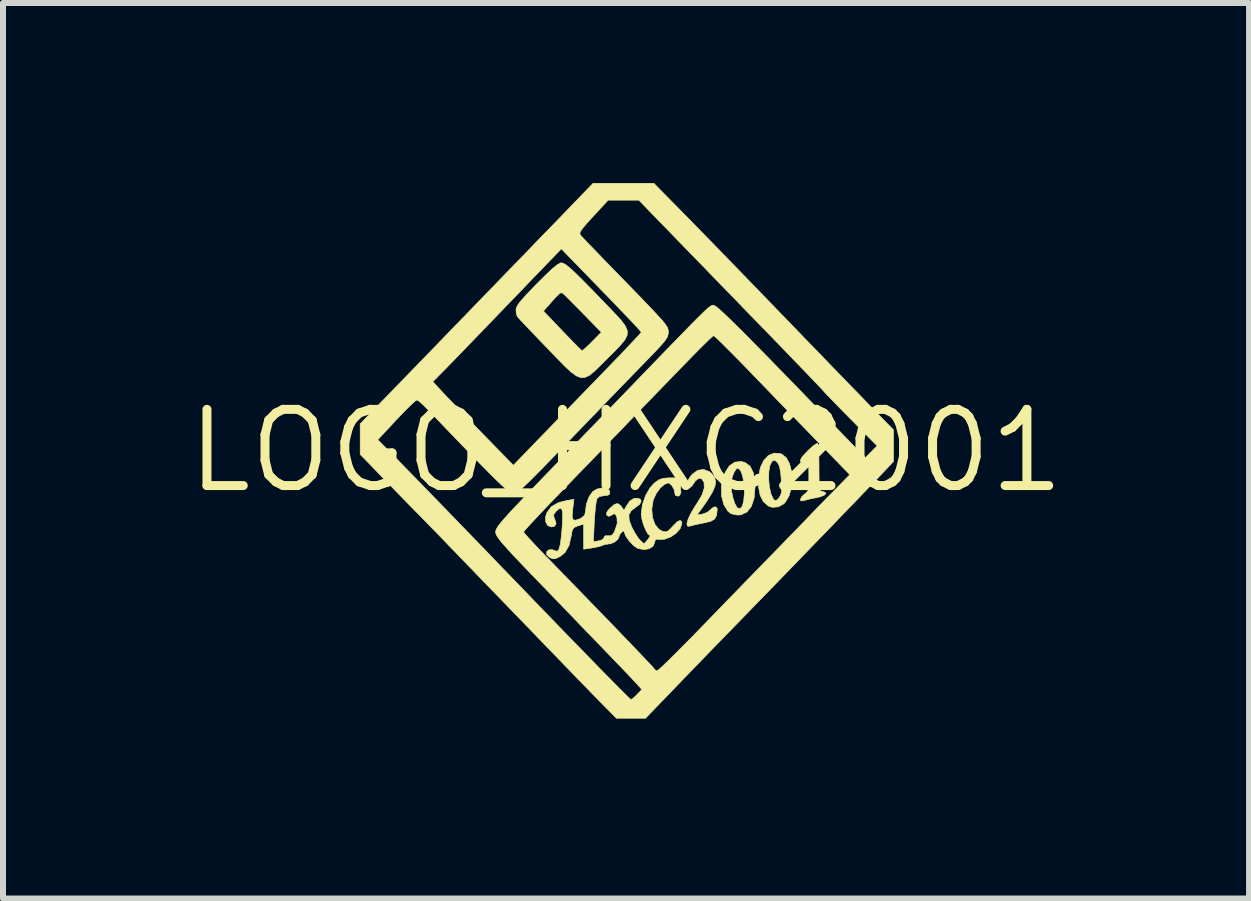
<source format=kicad_pcb>
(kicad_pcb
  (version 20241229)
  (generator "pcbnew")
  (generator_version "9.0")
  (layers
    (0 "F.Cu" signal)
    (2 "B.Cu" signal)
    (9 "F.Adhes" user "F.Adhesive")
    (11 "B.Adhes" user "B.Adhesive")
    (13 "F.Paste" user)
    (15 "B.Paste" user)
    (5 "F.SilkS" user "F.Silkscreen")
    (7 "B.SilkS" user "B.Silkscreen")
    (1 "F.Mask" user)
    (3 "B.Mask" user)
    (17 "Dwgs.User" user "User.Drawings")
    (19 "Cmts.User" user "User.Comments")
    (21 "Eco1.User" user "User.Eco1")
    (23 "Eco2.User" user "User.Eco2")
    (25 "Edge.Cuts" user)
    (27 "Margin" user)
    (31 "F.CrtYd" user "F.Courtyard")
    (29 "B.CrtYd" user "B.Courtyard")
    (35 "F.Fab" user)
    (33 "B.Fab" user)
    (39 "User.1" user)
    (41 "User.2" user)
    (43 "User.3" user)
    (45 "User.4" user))
  (footprint "LOGO_HXC2001"
    (layer "F.Cu")
    (at 7.385 4.464)
    (property "Reference" "LOGO_HXC2001" (at 0 0 0) (layer "F.SilkS") (effects (font (size 1.27 1.27) (thickness 0.15))))
    (attr through_hole)
    (fp_poly (pts (xy 1.983 0.195) (xy 2.066 0.255) (xy 2.121 0.361) (xy 2.148 0.516) (xy 2.151 0.607) (xy 2.136 0.788) (xy 2.09 0.926) (xy 2.016 1.021) (xy 1.916 1.067) (xy 1.863 1.072) (xy 1.757 1.051) (xy 1.7 1.009) (xy 1.631 0.898) (xy 1.593 0.754) (xy 1.59 0.595) (xy 1.595 0.565) (xy 1.75 0.565) (xy 1.759 0.67) (xy 1.781 0.78) (xy 1.813 0.878) (xy 1.848 0.943) (xy 1.858 0.953) (xy 1.903 0.965) (xy 1.938 0.925) (xy 1.962 0.84) (xy 1.973 0.713) (xy 1.973 0.677) (xy 1.965 0.537) (xy 1.943 0.418) (xy 1.911 0.331) (xy 1.871 0.289) (xy 1.869 0.289) (xy 1.836 0.304) (xy 1.801 0.36) (xy 1.771 0.438) (xy 1.752 0.524) (xy 1.75 0.565) (xy 1.595 0.565) (xy 1.602 0.521) (xy 1.651 0.364) (xy 1.723 0.252) (xy 1.813 0.19) (xy 1.919 0.178) (xy 1.983 0.195)) (stroke (width 0.01) (type solid)) (fill yes) (layer "F.SilkS"))
    (fp_poly (pts (xy 2.573 0.048) (xy 2.596 0.056) (xy 2.672 0.116) (xy 2.726 0.216) (xy 2.759 0.342) (xy 2.768 0.482) (xy 2.755 0.623) (xy 2.718 0.752) (xy 2.657 0.856) (xy 2.63 0.884) (xy 2.54 0.934) (xy 2.441 0.943) (xy 2.377 0.923) (xy 2.291 0.85) (xy 2.236 0.742) (xy 2.209 0.598) (xy 2.21 0.474) (xy 2.378 0.474) (xy 2.39 0.602) (xy 2.416 0.717) (xy 2.455 0.803) (xy 2.463 0.814) (xy 2.492 0.834) (xy 2.526 0.812) (xy 2.549 0.786) (xy 2.576 0.745) (xy 2.591 0.695) (xy 2.595 0.62) (xy 2.59 0.507) (xy 2.589 0.485) (xy 2.576 0.348) (xy 2.557 0.256) (xy 2.528 0.2) (xy 2.524 0.195) (xy 2.482 0.158) (xy 2.45 0.164) (xy 2.432 0.18) (xy 2.398 0.247) (xy 2.381 0.35) (xy 2.378 0.474) (xy 2.21 0.474) (xy 2.21 0.427) (xy 2.24 0.28) (xy 2.296 0.162) (xy 2.373 0.079) (xy 2.467 0.039) (xy 2.573 0.048)) (stroke (width 0.01) (type solid)) (fill yes) (layer "F.SilkS"))
    (fp_poly (pts (xy 3.196 -0.123) (xy 3.203 -0.091) (xy 3.21 -0.014) (xy 3.215 0.099) (xy 3.217 0.236) (xy 3.217 0.284) (xy 3.218 0.44) (xy 3.22 0.548) (xy 3.225 0.617) (xy 3.234 0.656) (xy 3.249 0.673) (xy 3.27 0.677) (xy 3.274 0.677) (xy 3.32 0.693) (xy 3.33 0.715) (xy 3.303 0.742) (xy 3.229 0.769) (xy 3.168 0.783) (xy 3.07 0.803) (xy 2.99 0.823) (xy 2.956 0.833) (xy 2.915 0.835) (xy 2.907 0.811) (xy 2.929 0.766) (xy 2.977 0.722) (xy 3.01 0.697) (xy 3.031 0.667) (xy 3.042 0.618) (xy 3.047 0.538) (xy 3.048 0.415) (xy 3.048 0.408) (xy 3.047 0.284) (xy 3.044 0.207) (xy 3.036 0.168) (xy 3.021 0.158) (xy 2.997 0.167) (xy 2.993 0.168) (xy 2.935 0.194) (xy 2.911 0.186) (xy 2.907 0.157) (xy 2.925 0.119) (xy 2.973 0.061) (xy 3.036 -0.005) (xy 3.102 -0.066) (xy 3.159 -0.109) (xy 3.194 -0.124) (xy 3.196 -0.123)) (stroke (width 0.01) (type solid)) (fill yes) (layer "F.SilkS"))
    (fp_poly (pts (xy 1.389 0.348) (xy 1.427 0.38) (xy 1.475 0.442) (xy 1.495 0.51) (xy 1.483 0.592) (xy 1.439 0.693) (xy 1.359 0.823) (xy 1.276 0.943) (xy 1.183 1.071) (xy 1.276 1.055) (xy 1.353 1.027) (xy 1.407 0.985) (xy 1.407 0.984) (xy 1.456 0.941) (xy 1.499 0.935) (xy 1.521 0.967) (xy 1.521 0.981) (xy 1.509 1.079) (xy 1.476 1.139) (xy 1.411 1.176) (xy 1.311 1.2) (xy 1.209 1.221) (xy 1.121 1.241) (xy 1.079 1.253) (xy 1.031 1.26) (xy 1.016 1.23) (xy 1.016 1.216) (xy 1.033 1.148) (xy 1.078 1.049) (xy 1.146 0.934) (xy 1.189 0.869) (xy 1.267 0.737) (xy 1.305 0.62) (xy 1.3 0.526) (xy 1.299 0.523) (xy 1.259 0.465) (xy 1.208 0.459) (xy 1.154 0.506) (xy 1.135 0.536) (xy 1.093 0.593) (xy 1.055 0.62) (xy 1.051 0.621) (xy 1.02 0.6) (xy 1.018 0.548) (xy 1.042 0.479) (xy 1.088 0.409) (xy 1.098 0.398) (xy 1.193 0.327) (xy 1.293 0.311) (xy 1.389 0.348)) (stroke (width 0.01) (type solid)) (fill yes) (layer "F.SilkS"))
    (fp_poly (pts (xy -1.051 -3.127) (xy -1.013 -3.107) (xy -0.962 -3.069) (xy -0.893 -3.009) (xy -0.803 -2.923) (xy -0.688 -2.808) (xy -0.543 -2.66) (xy -0.365 -2.475) (xy -0.328 -2.437) (xy -0.184 -2.287) (xy -0.078 -2.171) (xy -0.009 -2.077) (xy 0.023 -1.998) (xy 0.019 -1.924) (xy -0.022 -1.845) (xy -0.098 -1.753) (xy -0.211 -1.637) (xy -0.304 -1.545) (xy -0.428 -1.421) (xy -0.527 -1.325) (xy -0.609 -1.258) (xy -0.682 -1.223) (xy -0.752 -1.219) (xy -0.827 -1.248) (xy -0.914 -1.311) (xy -1.021 -1.41) (xy -1.154 -1.546) (xy -1.312 -1.711) (xy -1.446 -1.85) (xy -1.568 -1.977) (xy -1.671 -2.085) (xy -1.75 -2.169) (xy -1.799 -2.223) (xy -1.813 -2.24) (xy -1.829 -2.291) (xy -1.832 -2.329) (xy -1.376 -2.329) (xy -1.062 -1.999) (xy -0.955 -1.888) (xy -0.862 -1.792) (xy -0.79 -1.719) (xy -0.744 -1.676) (xy -0.733 -1.667) (xy -0.707 -1.685) (xy -0.653 -1.733) (xy -0.581 -1.803) (xy -0.564 -1.821) (xy -0.411 -1.976) (xy -0.692 -2.264) (xy -0.798 -2.372) (xy -0.895 -2.469) (xy -0.972 -2.547) (xy -1.022 -2.596) (xy -1.03 -2.604) (xy -1.059 -2.629) (xy -1.086 -2.633) (xy -1.12 -2.611) (xy -1.173 -2.558) (xy -1.231 -2.493) (xy -1.376 -2.329) (xy -1.832 -2.329) (xy -1.834 -2.35) (xy -1.826 -2.388) (xy -1.799 -2.437) (xy -1.748 -2.504) (xy -1.667 -2.594) (xy -1.553 -2.715) (xy -1.489 -2.78) (xy -1.341 -2.928) (xy -1.228 -3.034) (xy -1.146 -3.101) (xy -1.092 -3.131) (xy -1.08 -3.133) (xy -1.051 -3.127)) (stroke (width 0.01) (type solid)) (fill yes) (layer "F.SilkS"))
    (fp_poly (pts (xy 0.908 0.55) (xy 0.912 0.632) (xy 0.915 0.696) (xy 0.915 0.698) (xy 0.894 0.744) (xy 0.868 0.757) (xy 0.826 0.746) (xy 0.818 0.723) (xy 0.803 0.648) (xy 0.766 0.58) (xy 0.72 0.54) (xy 0.703 0.536) (xy 0.639 0.561) (xy 0.568 0.624) (xy 0.503 0.714) (xy 0.457 0.814) (xy 0.452 0.831) (xy 0.43 0.974) (xy 0.441 1.11) (xy 0.482 1.226) (xy 0.549 1.309) (xy 0.603 1.34) (xy 0.656 1.353) (xy 0.697 1.341) (xy 0.746 1.296) (xy 0.776 1.263) (xy 0.85 1.187) (xy 0.902 1.16) (xy 0.928 1.182) (xy 0.931 1.211) (xy 0.906 1.293) (xy 0.84 1.371) (xy 0.748 1.435) (xy 0.646 1.474) (xy 0.549 1.479) (xy 0.537 1.476) (xy 0.492 1.477) (xy 0.48 1.517) (xy 0.455 1.586) (xy 0.392 1.631) (xy 0.305 1.648) (xy 0.209 1.631) (xy 0.185 1.621) (xy 0.119 1.574) (xy 0.052 1.502) (xy -0.002 1.425) (xy -0.028 1.36) (xy -0.028 1.352) (xy -0.041 1.336) (xy -0.071 1.355) (xy -0.106 1.4) (xy -0.113 1.424) (xy -0.137 1.477) (xy -0.194 1.525) (xy -0.263 1.551) (xy -0.279 1.552) (xy -0.353 1.563) (xy -0.39 1.577) (xy -0.446 1.596) (xy -0.531 1.614) (xy -0.572 1.621) (xy -0.706 1.64) (xy -0.706 1.222) (xy -0.801 1.252) (xy -0.86 1.276) (xy -0.891 1.312) (xy -0.908 1.378) (xy -0.912 1.415) (xy -0.95 1.579) (xy -1.018 1.698) (xy -1.1 1.763) (xy -1.171 1.796) (xy -1.218 1.802) (xy -1.266 1.782) (xy -1.277 1.776) (xy -1.322 1.73) (xy -1.323 1.685) (xy -1.289 1.653) (xy -1.231 1.648) (xy -1.19 1.663) (xy -1.149 1.676) (xy -1.124 1.654) (xy -1.105 1.601) (xy -1.091 1.533) (xy -1.078 1.426) (xy -1.066 1.299) (xy -1.062 1.235) (xy -1.056 1.093) (xy -1.061 1.002) (xy -1.079 0.96) (xy -1.11 0.961) (xy -1.158 1.002) (xy -1.171 1.016) (xy -1.206 1.067) (xy -1.198 1.117) (xy -1.187 1.141) (xy -1.165 1.213) (xy -1.191 1.258) (xy -1.244 1.27) (xy -1.305 1.246) (xy -1.338 1.186) (xy -1.341 1.102) (xy -1.318 1.031) (xy -1.244 0.932) (xy -1.127 0.865) (xy -0.987 0.829) (xy -0.868 0.81) (xy -0.889 0.984) (xy -0.897 1.088) (xy -0.886 1.145) (xy -0.85 1.159) (xy -0.782 1.139) (xy -0.749 1.124) (xy -0.69 1.075) (xy -0.677 1.019) (xy -0.66 0.887) (xy -0.615 0.766) (xy -0.554 0.68) (xy -0.486 0.639) (xy -0.406 0.622) (xy -0.332 0.628) (xy -0.281 0.656) (xy -0.268 0.691) (xy -0.28 0.731) (xy -0.325 0.747) (xy -0.362 0.748) (xy -0.446 0.764) (xy -0.483 0.797) (xy -0.495 0.844) (xy -0.508 0.934) (xy -0.519 1.054) (xy -0.528 1.181) (xy -0.544 1.515) (xy -0.456 1.502) (xy -0.389 1.48) (xy -0.367 1.447) (xy -0.348 1.417) (xy -0.299 1.417) (xy -0.248 1.416) (xy -0.21 1.379) (xy -0.187 1.335) (xy -0.146 1.212) (xy -0.151 1.11) (xy -0.168 1.074) (xy -0.195 1.048) (xy -0.233 1.067) (xy -0.239 1.072) (xy -0.285 1.094) (xy -0.317 1.077) (xy -0.328 1.044) (xy -0.301 0.996) (xy -0.268 0.96) (xy -0.196 0.896) (xy -0.142 0.879) (xy -0.094 0.909) (xy -0.075 0.934) (xy -0.033 0.993) (xy 0.002 0.928) (xy 0.062 0.84) (xy 0.127 0.797) (xy 0.181 0.79) (xy 0.239 0.806) (xy 0.253 0.844) (xy 0.225 0.895) (xy 0.169 0.937) (xy 0.086 0.999) (xy 0.048 1.07) (xy 0.054 1.16) (xy 0.098 1.276) (xy 0.15 1.371) (xy 0.203 1.454) (xy 0.236 1.493) (xy 0.3 1.552) (xy 0.362 1.482) (xy 0.396 1.435) (xy 0.4 1.412) (xy 0.397 1.411) (xy 0.365 1.386) (xy 0.329 1.322) (xy 0.293 1.236) (xy 0.266 1.143) (xy 0.254 1.06) (xy 0.254 1.05) (xy 0.273 0.901) (xy 0.325 0.749) (xy 0.401 0.617) (xy 0.474 0.537) (xy 0.545 0.486) (xy 0.613 0.46) (xy 0.705 0.452) (xy 0.74 0.452) (xy 0.903 0.452) (xy 0.908 0.55)) (stroke (width 0.01) (type solid)) (fill yes) (layer "F.SilkS"))
    (fp_poly (pts (xy 0.874 -4.042) (xy 1.002 -3.911) (xy 1.135 -3.775) (xy 1.276 -3.631) (xy 1.429 -3.475) (xy 1.596 -3.303) (xy 1.782 -3.111) (xy 1.991 -2.896) (xy 2.226 -2.653) (xy 2.49 -2.38) (xy 2.788 -2.072) (xy 2.977 -1.876) (xy 3.167 -1.68) (xy 3.359 -1.481) (xy 3.546 -1.288) (xy 3.722 -1.106) (xy 3.88 -0.944) (xy 4.012 -0.807) (xy 4.113 -0.704) (xy 4.113 -0.703) (xy 4.459 -0.348) (xy 4.459 0.179) (xy 4.284 0.364) (xy 4.211 0.441) (xy 4.103 0.554) (xy 3.966 0.696) (xy 3.805 0.864) (xy 3.623 1.052) (xy 3.427 1.256) (xy 3.221 1.469) (xy 3.01 1.687) (xy 2.799 1.905) (xy 2.593 2.118) (xy 2.397 2.32) (xy 2.215 2.507) (xy 2.053 2.674) (xy 1.963 2.766) (xy 1.795 2.939) (xy 1.601 3.139) (xy 1.393 3.352) (xy 1.186 3.567) (xy 0.991 3.768) (xy 0.889 3.874) (xy 0.325 4.459) (xy -0.16 4.459) (xy -0.431 4.184) (xy -0.555 4.058) (xy -0.687 3.922) (xy -0.812 3.794) (xy -0.905 3.697) (xy -0.971 3.629) (xy -1.07 3.526) (xy -1.198 3.394) (xy -1.347 3.24) (xy -1.512 3.069) (xy -1.688 2.887) (xy -1.869 2.7) (xy -1.887 2.681) (xy -2.072 2.49) (xy -2.257 2.299) (xy -2.435 2.115) (xy -2.599 1.945) (xy -2.744 1.796) (xy -2.862 1.673) (xy -2.948 1.584) (xy -2.949 1.583) (xy -3.07 1.457) (xy -3.197 1.327) (xy -3.315 1.206) (xy -3.409 1.11) (xy -3.415 1.103) (xy -3.493 1.024) (xy -3.601 0.914) (xy -3.728 0.784) (xy -3.866 0.642) (xy -4.005 0.5) (xy -4.015 0.489) (xy -4.431 0.06) (xy -4.431 -0.183) (xy -4.138 -0.183) (xy -3.967 -0.012) (xy -3.904 0.052) (xy -3.806 0.152) (xy -3.679 0.283) (xy -3.526 0.439) (xy -3.353 0.617) (xy -3.165 0.811) (xy -2.966 1.016) (xy -2.761 1.228) (xy -2.555 1.441) (xy -2.352 1.65) (xy -2.158 1.852) (xy -1.976 2.04) (xy -1.834 2.187) (xy -1.55 2.482) (xy -1.281 2.76) (xy -1.029 3.021) (xy -0.797 3.26) (xy -0.586 3.476) (xy -0.4 3.667) (xy -0.24 3.829) (xy -0.11 3.961) (xy -0.011 4.06) (xy 0.054 4.123) (xy 0.083 4.148) (xy 0.084 4.149) (xy 0.113 4.13) (xy 0.164 4.084) (xy 0.183 4.064) (xy 0.265 3.979) (xy 0.182 3.888) (xy 0.145 3.847) (xy 0.089 3.788) (xy 0.011 3.706) (xy -0.089 3.601) (xy -0.216 3.469) (xy -0.37 3.309) (xy -0.554 3.119) (xy -0.77 2.895) (xy -1.02 2.635) (xy -1.307 2.338) (xy -1.39 2.252) (xy -1.589 2.046) (xy -1.752 1.876) (xy -1.882 1.739) (xy -1.982 1.629) (xy -2.058 1.544) (xy -2.111 1.479) (xy -2.145 1.43) (xy -2.165 1.393) (xy -2.173 1.365) (xy -2.173 1.354) (xy -2.173 1.353) (xy -1.707 1.353) (xy -1.689 1.38) (xy -1.636 1.44) (xy -1.555 1.528) (xy -1.453 1.637) (xy -1.334 1.761) (xy -1.298 1.797) (xy -0.983 2.121) (xy -0.695 2.418) (xy -0.435 2.686) (xy -0.204 2.924) (xy -0.005 3.131) (xy 0.162 3.305) (xy 0.294 3.444) (xy 0.392 3.548) (xy 0.453 3.614) (xy 0.475 3.642) (xy 0.475 3.642) (xy 0.507 3.667) (xy 0.519 3.669) (xy 0.546 3.649) (xy 0.607 3.593) (xy 0.699 3.506) (xy 0.815 3.391) (xy 0.951 3.254) (xy 1.104 3.1) (xy 1.257 2.942) (xy 1.447 2.746) (xy 1.649 2.537) (xy 1.854 2.327) (xy 2.051 2.124) (xy 2.232 1.938) (xy 2.387 1.779) (xy 2.441 1.724) (xy 2.58 1.581) (xy 2.71 1.447) (xy 2.825 1.329) (xy 2.918 1.233) (xy 2.983 1.166) (xy 3.006 1.142) (xy 3.055 1.091) (xy 3.134 1.008) (xy 3.235 0.905) (xy 3.348 0.789) (xy 3.411 0.725) (xy 3.731 0.398) (xy 3.383 0.04) (xy 3.194 -0.154) (xy 3.037 -0.315) (xy 2.903 -0.453) (xy 2.783 -0.576) (xy 2.67 -0.694) (xy 2.554 -0.813) (xy 2.428 -0.943) (xy 2.284 -1.093) (xy 2.112 -1.27) (xy 2.076 -1.308) (xy 1.928 -1.461) (xy 1.791 -1.6) (xy 1.671 -1.72) (xy 1.574 -1.816) (xy 1.504 -1.883) (xy 1.466 -1.916) (xy 1.461 -1.919) (xy 1.435 -1.9) (xy 1.376 -1.846) (xy 1.291 -1.763) (xy 1.186 -1.658) (xy 1.067 -1.537) (xy 1.05 -1.519) (xy 0.917 -1.382) (xy 0.784 -1.245) (xy 0.662 -1.119) (xy 0.56 -1.014) (xy 0.494 -0.946) (xy 0.415 -0.864) (xy 0.308 -0.754) (xy 0.185 -0.626) (xy 0.056 -0.493) (xy -0.014 -0.42) (xy -0.119 -0.311) (xy -0.256 -0.17) (xy -0.415 -0.005) (xy -0.59 0.176) (xy -0.773 0.364) (xy -0.954 0.552) (xy -1.03 0.63) (xy -1.189 0.795) (xy -1.335 0.947) (xy -1.463 1.082) (xy -1.568 1.195) (xy -1.647 1.281) (xy -1.695 1.336) (xy -1.707 1.353) (xy -2.173 1.353) (xy -2.169 1.328) (xy -2.155 1.295) (xy -2.127 1.251) (xy -2.081 1.193) (xy -2.015 1.116) (xy -1.925 1.016) (xy -1.806 0.89) (xy -1.656 0.732) (xy -1.471 0.54) (xy -1.405 0.471) (xy -1.197 0.256) (xy -0.961 0.012) (xy -0.709 -0.25) (xy -0.451 -0.517) (xy -0.198 -0.778) (xy 0.038 -1.022) (xy 0.181 -1.171) (xy 0.43 -1.428) (xy 0.642 -1.648) (xy 0.821 -1.832) (xy 0.97 -1.985) (xy 1.091 -2.11) (xy 1.189 -2.208) (xy 1.266 -2.284) (xy 1.324 -2.34) (xy 1.368 -2.379) (xy 1.4 -2.404) (xy 1.423 -2.419) (xy 1.439 -2.425) (xy 1.453 -2.427) (xy 1.456 -2.427) (xy 1.476 -2.419) (xy 1.512 -2.395) (xy 1.564 -2.351) (xy 1.636 -2.286) (xy 1.728 -2.197) (xy 1.845 -2.083) (xy 1.987 -1.942) (xy 2.156 -1.77) (xy 2.356 -1.567) (xy 2.588 -1.329) (xy 2.854 -1.056) (xy 3.156 -0.744) (xy 3.215 -0.683) (xy 3.989 0.117) (xy 4.187 -0.082) (xy 3.754 -0.52) (xy 3.626 -0.649) (xy 3.512 -0.766) (xy 3.417 -0.864) (xy 3.347 -0.936) (xy 3.309 -0.977) (xy 3.304 -0.983) (xy 3.281 -1.009) (xy 3.222 -1.073) (xy 3.125 -1.174) (xy 2.991 -1.314) (xy 2.819 -1.492) (xy 2.61 -1.709) (xy 2.362 -1.965) (xy 2.075 -2.26) (xy 1.75 -2.596) (xy 1.385 -2.971) (xy 1.34 -3.018) (xy 1.179 -3.184) (xy 1.012 -3.355) (xy 0.85 -3.522) (xy 0.702 -3.675) (xy 0.577 -3.804) (xy 0.509 -3.873) (xy 0.215 -4.177) (xy -0.299 -4.177) (xy -0.547 -3.908) (xy -0.649 -3.796) (xy -0.717 -3.717) (xy -0.755 -3.664) (xy -0.769 -3.628) (xy -0.764 -3.602) (xy -0.758 -3.593) (xy -0.729 -3.561) (xy -0.666 -3.494) (xy -0.574 -3.399) (xy -0.459 -3.28) (xy -0.327 -3.143) (xy -0.183 -2.995) (xy -0.168 -2.98) (xy 0.04 -2.766) (xy 0.212 -2.589) (xy 0.351 -2.444) (xy 0.462 -2.328) (xy 0.546 -2.237) (xy 0.609 -2.167) (xy 0.652 -2.113) (xy 0.68 -2.073) (xy 0.696 -2.042) (xy 0.703 -2.015) (xy 0.705 -1.991) (xy 0.706 -1.973) (xy 0.701 -1.933) (xy 0.686 -1.891) (xy 0.652 -1.839) (xy 0.596 -1.771) (xy 0.512 -1.679) (xy 0.393 -1.556) (xy 0.374 -1.536) (xy 0.269 -1.428) (xy 0.133 -1.288) (xy -0.026 -1.124) (xy -0.199 -0.945) (xy -0.378 -0.76) (xy -0.555 -0.576) (xy -0.607 -0.523) (xy -0.852 -0.269) (xy -1.06 -0.053) (xy -1.236 0.129) (xy -1.382 0.279) (xy -1.502 0.4) (xy -1.597 0.496) (xy -1.673 0.569) (xy -1.731 0.623) (xy -1.774 0.661) (xy -1.807 0.685) (xy -1.832 0.698) (xy -1.852 0.704) (xy -1.87 0.706) (xy -1.878 0.706) (xy -1.907 0.7) (xy -1.945 0.679) (xy -1.997 0.64) (xy -2.066 0.579) (xy -2.159 0.49) (xy -2.278 0.372) (xy -2.429 0.219) (xy -2.553 0.092) (xy -2.711 -0.071) (xy -2.863 -0.229) (xy -3.004 -0.375) (xy -3.127 -0.503) (xy -3.224 -0.605) (xy -3.291 -0.674) (xy -3.3 -0.684) (xy -3.376 -0.761) (xy -3.44 -0.818) (xy -3.481 -0.846) (xy -3.486 -0.847) (xy -3.516 -0.827) (xy -3.576 -0.772) (xy -3.661 -0.69) (xy -3.761 -0.587) (xy -3.829 -0.515) (xy -4.138 -0.183) (xy -4.431 -0.183) (xy -4.431 -0.449) (xy -3.903 -0.994) (xy -3.749 -1.152) (xy -3.22 -1.152) (xy -3.114 -1.036) (xy -3.062 -0.98) (xy -2.977 -0.89) (xy -2.863 -0.772) (xy -2.729 -0.632) (xy -2.578 -0.476) (xy -2.418 -0.312) (xy -2.255 -0.144) (xy -2.094 0.021) (xy -2.032 0.084) (xy -1.877 0.242) (xy -1.454 -0.196) (xy -1.322 -0.332) (xy -1.16 -0.499) (xy -0.979 -0.686) (xy -0.787 -0.884) (xy -0.595 -1.082) (xy -0.412 -1.271) (xy -0.388 -1.296) (xy -0.234 -1.455) (xy -0.092 -1.602) (xy 0.031 -1.732) (xy 0.131 -1.838) (xy 0.205 -1.917) (xy 0.246 -1.963) (xy 0.254 -1.974) (xy 0.248 -1.985) (xy 0.227 -2.011) (xy 0.189 -2.053) (xy 0.131 -2.116) (xy 0.049 -2.203) (xy -0.06 -2.316) (xy -0.198 -2.46) (xy -0.369 -2.637) (xy -0.577 -2.851) (xy -0.601 -2.876) (xy -1.078 -3.367) (xy -1.211 -3.228) (xy -1.26 -3.178) (xy -1.344 -3.091) (xy -1.456 -2.975) (xy -1.592 -2.834) (xy -1.746 -2.673) (xy -1.914 -2.499) (xy -2.091 -2.315) (xy -2.133 -2.272) (xy -2.311 -2.086) (xy -2.483 -1.908) (xy -2.644 -1.742) (xy -2.787 -1.594) (xy -2.908 -1.469) (xy -3.001 -1.373) (xy -3.062 -1.311) (xy -3.07 -1.303) (xy -3.22 -1.152) (xy -3.749 -1.152) (xy -3.739 -1.163) (xy -3.566 -1.341) (xy -3.394 -1.518) (xy -3.235 -1.682) (xy -3.099 -1.823) (xy -3.035 -1.889) (xy -2.939 -1.988) (xy -2.855 -2.076) (xy -2.777 -2.156) (xy -2.7 -2.235) (xy -2.621 -2.317) (xy -2.535 -2.406) (xy -2.435 -2.509) (xy -2.319 -2.629) (xy -2.18 -2.772) (xy -2.015 -2.943) (xy -1.817 -3.147) (xy -1.679 -3.289) (xy -1.506 -3.469) (xy -1.335 -3.645) (xy -1.173 -3.812) (xy -1.028 -3.962) (xy -0.904 -4.09) (xy -0.809 -4.189) (xy -0.761 -4.239) (xy -0.548 -4.459) (xy 0.463 -4.459) (xy 0.874 -4.042)) (stroke (width 0.01) (type solid)) (fill yes) (layer "F.SilkS")))
  (gr_rect
    (start -3 -3)
    (end 17.771 11.928)
    (stroke (width 0.1) (type default))
    (fill no)
    (layer "Edge.Cuts")))
</source>
